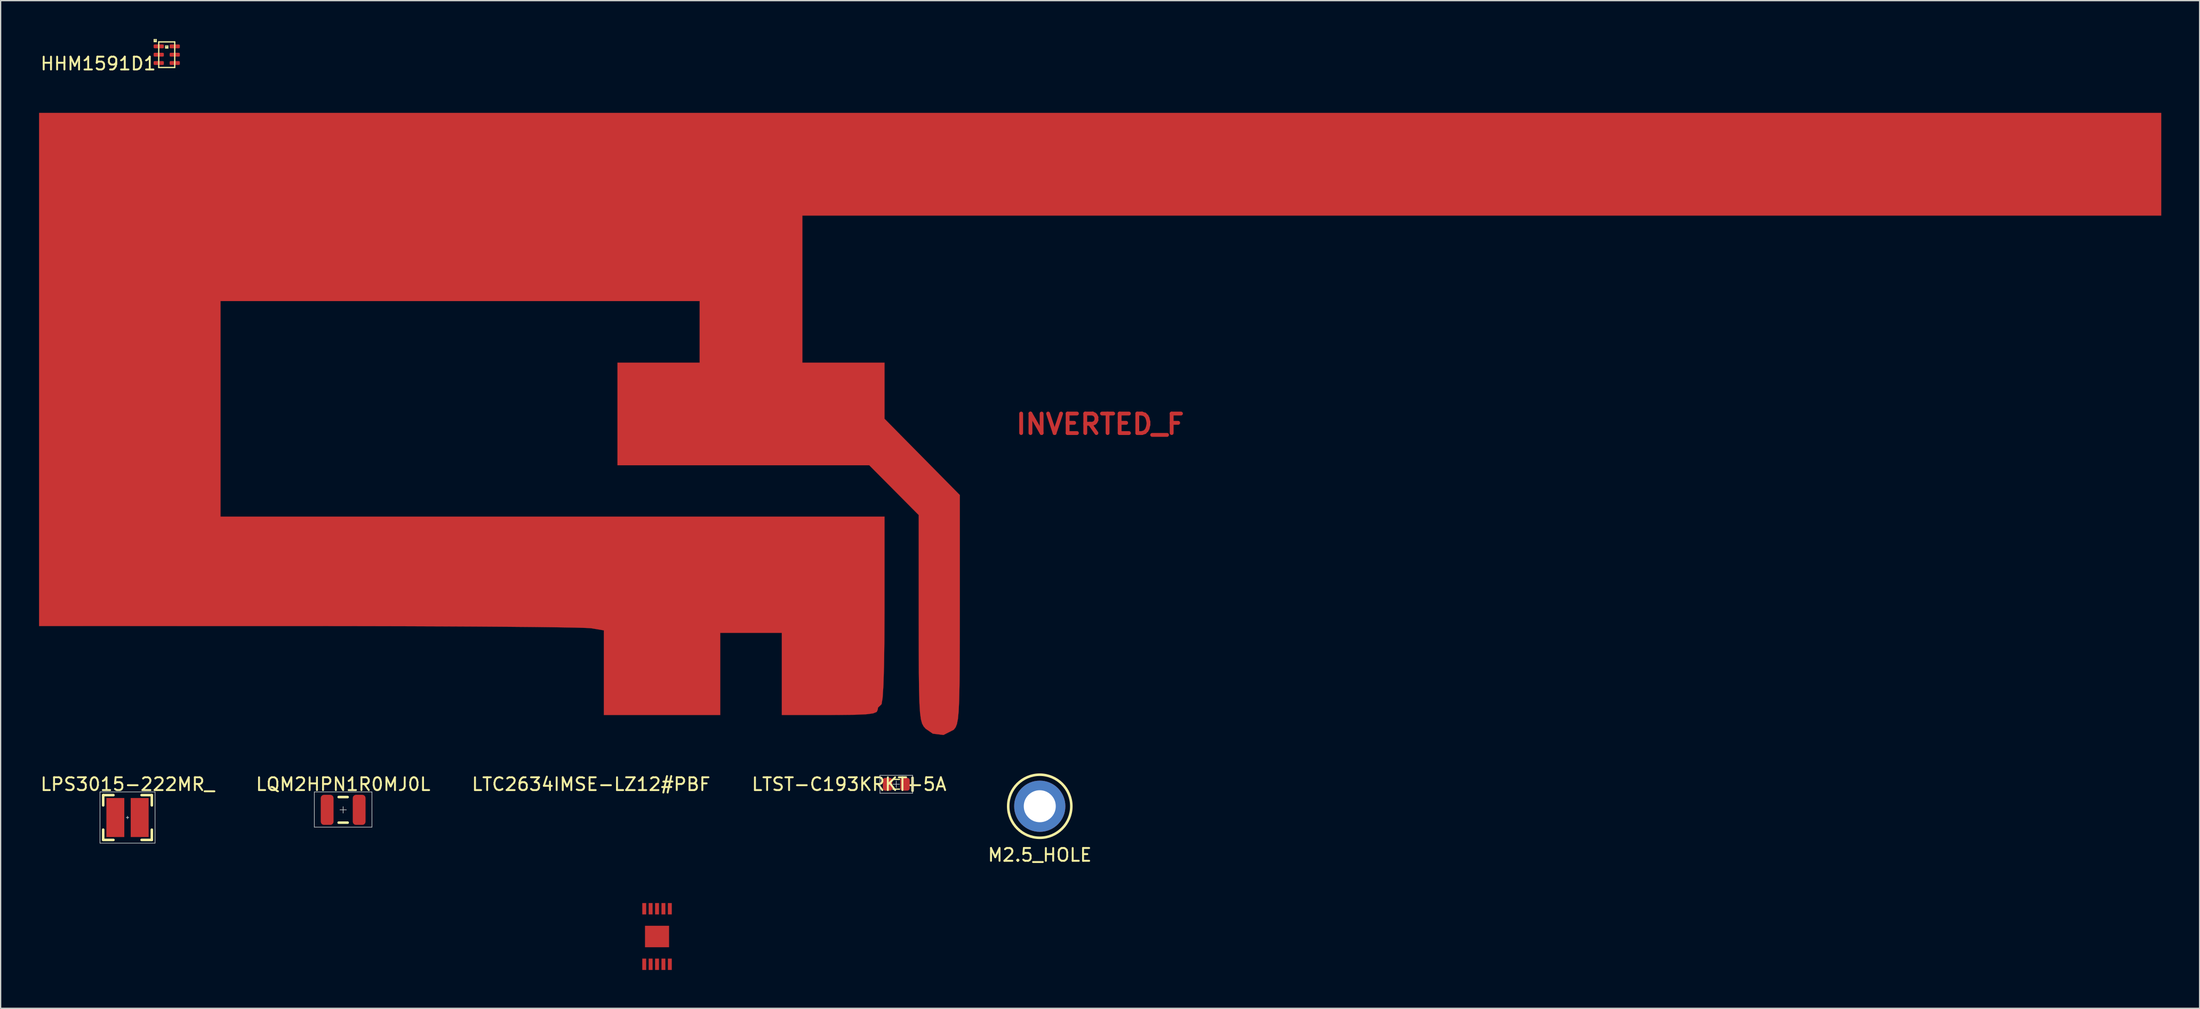
<source format=kicad_pcb>
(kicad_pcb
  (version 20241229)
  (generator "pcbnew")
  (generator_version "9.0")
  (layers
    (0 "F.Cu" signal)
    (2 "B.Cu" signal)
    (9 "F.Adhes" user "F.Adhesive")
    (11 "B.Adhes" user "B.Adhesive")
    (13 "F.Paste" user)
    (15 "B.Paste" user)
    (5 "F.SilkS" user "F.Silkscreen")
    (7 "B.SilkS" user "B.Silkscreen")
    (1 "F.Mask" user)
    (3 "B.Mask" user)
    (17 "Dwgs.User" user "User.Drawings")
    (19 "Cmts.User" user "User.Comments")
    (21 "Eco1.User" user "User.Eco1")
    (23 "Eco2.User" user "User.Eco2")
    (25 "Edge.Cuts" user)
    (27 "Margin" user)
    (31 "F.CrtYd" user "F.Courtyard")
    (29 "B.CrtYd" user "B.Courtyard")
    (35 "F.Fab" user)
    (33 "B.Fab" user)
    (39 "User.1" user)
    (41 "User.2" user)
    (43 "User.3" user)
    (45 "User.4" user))
  (footprint "LTC2634IMSE-LZ12#PBF"
    (layer "F.Cu")
    (at 48.275 70.15)
    (property "Reference" "LTC2634IMSE-LZ12#PBF" (at -5.15 -11.9 0) (layer "F.SilkS") (effects (font (size 1 1) (thickness 0.15))))
    (attr through_hole)
    (pad "1" smd rect (at -1 2.17) (size 0.305 0.889) (layers "F.Cu" "F.Mask" "F.Paste"))
    (pad "2" smd rect (at -0.5 2.17) (size 0.305 0.889) (layers "F.Cu" "F.Mask" "F.Paste"))
    (pad "3" smd rect (at 0 2.17) (size 0.305 0.889) (layers "F.Cu" "F.Mask" "F.Paste"))
    (pad "4" smd rect (at 0.5 2.17) (size 0.305 0.889) (layers "F.Cu" "F.Mask" "F.Paste"))
    (pad "5" smd rect (at 1 2.17) (size 0.305 0.889) (layers "F.Cu" "F.Mask" "F.Paste"))
    (pad "6" smd rect (at 1 -2.17) (size 0.305 0.889) (layers "F.Cu" "F.Mask" "F.Paste"))
    (pad "7" smd rect (at 0.5 -2.17) (size 0.305 0.889) (layers "F.Cu" "F.Mask" "F.Paste"))
    (pad "8" smd rect (at 0 -2.17) (size 0.305 0.889) (layers "F.Cu" "F.Mask" "F.Paste"))
    (pad "9" smd rect (at -0.5 -2.17) (size 0.305 0.889) (layers "F.Cu" "F.Mask" "F.Paste"))
    (pad "10" smd rect (at -1 -2.17) (size 0.305 0.889) (layers "F.Cu" "F.Mask" "F.Paste"))
    (pad "11" smd rect (at 0 0) (size 1.88 1.68) (layers "F.Cu" "F.Mask" "F.Paste")))
  (footprint "INVERTED_F"
    (layer "F.Cu")
    (at 82.889 30.109)
    (property "Reference" "INVERTED_F" (at 0 0 0) (layer "F.Cu") (effects (font (size 1.524 1.524) (thickness 0.3))))
    (attr through_hole)
    (fp_poly (pts (xy 82.884 -16.309) (xy -23.261 -16.309) (xy -23.261 -4.813) (xy -16.844 -4.813) (xy -16.844 -0.429) (xy -13.903 2.552) (xy -10.962 5.533) (xy -10.962 14.489) (xy -10.964 16.924) (xy -10.971 18.88) (xy -10.986 20.413) (xy -11.012 21.579) (xy -11.052 22.433) (xy -11.109 23.031) (xy -11.186 23.429) (xy -11.285 23.683) (xy -11.41 23.849) (xy -11.451 23.888) (xy -12.237 24.288) (xy -13.068 24.188) (xy -13.636 23.796) (xy -13.788 23.622) (xy -13.908 23.397) (xy -14 23.062) (xy -14.067 22.557) (xy -14.114 21.821) (xy -14.144 20.796) (xy -14.161 19.42) (xy -14.169 17.634) (xy -14.171 15.378) (xy -14.171 15.179) (xy -14.171 7.098) (xy -16.102 5.153) (xy -18.034 3.208) (xy -37.699 3.208) (xy -37.699 -4.813) (xy -31.282 -4.813) (xy -31.282 -9.625) (xy -68.714 -9.625) (xy -68.714 7.219) (xy -16.844 7.219) (xy -16.844 14.572) (xy -16.854 16.964) (xy -16.882 18.91) (xy -16.928 20.391) (xy -16.992 21.386) (xy -17.072 21.874) (xy -17.112 21.924) (xy -17.349 22.141) (xy -17.379 22.325) (xy -17.454 22.487) (xy -17.73 22.6) (xy -18.283 22.672) (xy -19.191 22.711) (xy -20.529 22.725) (xy -21.122 22.726) (xy -24.865 22.726) (xy -24.865 16.309) (xy -29.678 16.309) (xy -29.678 22.726) (xy -38.768 22.726) (xy -38.768 16.112) (xy -39.771 15.946) (xy -40.193 15.92) (xy -41.106 15.895) (xy -42.468 15.872) (xy -44.236 15.85) (xy -46.367 15.831) (xy -48.818 15.814) (xy -51.547 15.8) (xy -54.509 15.789) (xy -57.663 15.782) (xy -60.965 15.778) (xy -61.829 15.778) (xy -82.884 15.775) (xy -82.884 -24.331) (xy 82.884 -24.331) (xy 82.884 -16.309)) (stroke (width 0.01) (type solid)) (fill yes) (layer "F.Cu")))
  (footprint "LQM2HPN1R0MJ0L"
    (layer "F.Cu")
    (at 23.756 60.25)
    (property "Reference" "LQM2HPN1R0MJ0L" (at 0 -2 0) (layer "F.SilkS") (effects (font (size 1 1) (thickness 0.15))))
    (attr through_hole)
    (fp_line (start 0.35 -1) (end -0.35 -1) (stroke (width 0.2) (type solid)) (layer "F.SilkS"))
    (fp_line (start 0.35 1) (end -0.35 1) (stroke (width 0.2) (type solid)) (layer "F.SilkS"))
    (fp_line (start -2.25 -1.4) (end -2.25 1.35) (stroke (width 0.05) (type solid)) (layer "Dwgs.User"))
    (fp_line (start -2.25 -1.4) (end 2.25 -1.4) (stroke (width 0.05) (type solid)) (layer "Dwgs.User"))
    (fp_line (start -2.25 1.35) (end 2.25 1.35) (stroke (width 0.05) (type solid)) (layer "Dwgs.User"))
    (fp_line (start -0.25 0) (end 0.25 0) (stroke (width 0.05) (type solid)) (layer "Dwgs.User"))
    (fp_line (start 0 -0.25) (end 0 0.25) (stroke (width 0.05) (type solid)) (layer "Dwgs.User"))
    (fp_line (start 2.25 -1.4) (end 2.25 1.35) (stroke (width 0.05) (type solid)) (layer "Dwgs.User"))
    (fp_line (start -1.25 -1) (end 1.25 -1) (stroke (width 0.1) (type solid)) (layer "Eco1.User"))
    (fp_line (start -1.25 1) (end -1.25 -1) (stroke (width 0.1) (type solid)) (layer "Eco1.User"))
    (fp_line (start -1.25 1) (end 1.25 1) (stroke (width 0.1) (type solid)) (layer "Eco1.User"))
    (fp_line (start 1.25 1) (end 1.25 -1) (stroke (width 0.1) (type solid)) (layer "Eco1.User"))
    (pad "1" smd roundrect (at -1.25 0 180) (size 1 2.35) (layers "F.Cu" "F.Mask" "F.Paste") (roundrect_rratio 0.25))
    (pad "2" smd roundrect (at 1.25 0 180) (size 1 2.35) (layers "F.Cu" "F.Mask" "F.Paste") (roundrect_rratio 0.25)))
  (footprint "LTST-C193KRKT-5A"
    (layer "F.Cu")
    (at 66.963 58.25)
    (property "Reference" "LTST-C193KRKT-5A" (at -3.683 0 0) (layer "F.SilkS") (effects (font (size 1 1) (thickness 0.15))))
    (attr through_hole)
    (fp_line (start -0.254 -0.381) (end 0.254 -0.381) (stroke (width 0.1) (type solid)) (layer "F.SilkS"))
    (fp_line (start 0.254 0.381) (end -0.254 0.381) (stroke (width 0.1) (type solid)) (layer "F.SilkS"))
    (fp_line (start 1.27 -0.508) (end 1.27 0.508) (stroke (width 0.2) (type solid)) (layer "F.SilkS"))
    (fp_line (start -1.275 -0.7) (end 1.275 -0.7) (stroke (width 0.05) (type solid)) (layer "Dwgs.User"))
    (fp_line (start -1.275 0.7) (end -1.275 -0.7) (stroke (width 0.05) (type solid)) (layer "Dwgs.User"))
    (fp_line (start 0 -0.254) (end 0 0.254) (stroke (width 0.05) (type solid)) (layer "Dwgs.User"))
    (fp_line (start 0.254 0) (end -0.254 0) (stroke (width 0.05) (type solid)) (layer "Dwgs.User"))
    (fp_line (start 1.275 -0.7) (end 1.275 0.7) (stroke (width 0.05) (type solid)) (layer "Dwgs.User"))
    (fp_line (start 1.275 0.7) (end -1.275 0.7) (stroke (width 0.05) (type solid)) (layer "Dwgs.User"))
    (fp_line (start -0.8 -0.381) (end -0.8 0.381) (stroke (width 0.05) (type solid)) (layer "Eco1.User"))
    (fp_line (start -0.8 0.381) (end 0.8 0.381) (stroke (width 0.05) (type solid)) (layer "Eco1.User"))
    (fp_line (start 0.8 -0.381) (end -0.8 -0.381) (stroke (width 0.05) (type solid)) (layer "Eco1.User"))
    (fp_line (start 0.8 0.381) (end 0.8 -0.381) (stroke (width 0.05) (type solid)) (layer "Eco1.User"))
    (pad "1" smd roundrect (at -0.68 0) (size 0.74 1) (layers "F.Cu" "F.Mask" "F.Paste") (roundrect_rratio 0.25))
    (pad "2" smd roundrect (at 0.68 0) (size 0.74 1) (layers "F.Cu" "F.Mask" "F.Paste") (roundrect_rratio 0.25)))
  (footprint "M2.5_HOLE"
    (layer "F.Cu")
    (at 78.173 59.968)
    (property "Reference" "M2.5_HOLE" (at 0 3.81 0) (layer "F.SilkS") (effects (font (size 1 1) (thickness 0.15))))
    (attr through_hole)
    (fp_circle (center 0 0) (end 2.032 1.397) (stroke (width 0.2) (type solid)) (fill no) (layer "F.SilkS"))
    (pad "1" thru_hole circle (at 0 0) (size 4 4) (drill 2.5) (layers "*.Cu" "*.Mask")))
  (footprint "LPS3015-222MR_"
    (layer "F.Cu")
    (at 6.911 60.85)
    (property "Reference" "LPS3015-222MR_" (at 0 -2.6 0) (layer "F.SilkS") (effects (font (size 1 1) (thickness 0.15))))
    (attr through_hole)
    (fp_line (start -1.9 -0.95) (end -1.9 -1.75) (stroke (width 0.2) (type solid)) (layer "F.SilkS"))
    (fp_line (start -1.9 0.95) (end -1.9 1.75) (stroke (width 0.2) (type solid)) (layer "F.SilkS"))
    (fp_line (start -1.1 -1.75) (end -1.9 -1.75) (stroke (width 0.2) (type solid)) (layer "F.SilkS"))
    (fp_line (start -1.1 1.75) (end -1.9 1.75) (stroke (width 0.2) (type solid)) (layer "F.SilkS"))
    (fp_line (start 1.1 -1.75) (end 1.9 -1.75) (stroke (width 0.2) (type solid)) (layer "F.SilkS"))
    (fp_line (start 1.1 1.75) (end 1.9 1.75) (stroke (width 0.2) (type solid)) (layer "F.SilkS"))
    (fp_line (start 1.9 -0.95) (end 1.9 -1.75) (stroke (width 0.2) (type solid)) (layer "F.SilkS"))
    (fp_line (start 1.9 0.95) (end 1.9 1.75) (stroke (width 0.2) (type solid)) (layer "F.SilkS"))
    (fp_line (start -2.15 -2) (end 2.15 -2) (stroke (width 0.05) (type solid)) (layer "Dwgs.User"))
    (fp_line (start -2.15 2) (end -2.15 -2) (stroke (width 0.05) (type solid)) (layer "Dwgs.User"))
    (fp_line (start -0.1 0) (end 0.1 0) (stroke (width 0.05) (type solid)) (layer "Dwgs.User"))
    (fp_line (start 0 -0.1) (end 0 0.1) (stroke (width 0.05) (type solid)) (layer "Dwgs.User"))
    (fp_line (start 2.15 -2) (end 2.15 2) (stroke (width 0.05) (type solid)) (layer "Dwgs.User"))
    (fp_line (start 2.15 2) (end -2.15 2) (stroke (width 0.05) (type solid)) (layer "Dwgs.User"))
    (pad "1" smd rect (at -0.95 0 180) (size 1.4 3.05) (layers "F.Cu" "F.Mask" "F.Paste"))
    (pad "2" smd rect (at 0.95 0 180) (size 1.4 3.05) (layers "F.Cu" "F.Mask" "F.Paste")))
  (footprint "HHM1591D1"
    (layer "F.Cu")
    (at 9.975 1.225)
    (property "Reference" "HHM1591D1" (at -5.35 0.7 0) (layer "F.SilkS") (effects (font (size 1 1) (thickness 0.15))))
    (attr through_hole)
    (fp_line (start -1 -1.2) (end -1 -1) (stroke (width 0.05) (type solid)) (layer "F.SilkS"))
    (fp_line (start -1 -1.2) (end -0.8 -1.2) (stroke (width 0.05) (type solid)) (layer "F.SilkS"))
    (fp_line (start -1 -1.15) (end -0.8 -1.15) (stroke (width 0.05) (type solid)) (layer "F.SilkS"))
    (fp_line (start -1 -1.1) (end -0.8 -1.1) (stroke (width 0.05) (type solid)) (layer "F.SilkS"))
    (fp_line (start -1 -1.05) (end -0.8 -1.05) (stroke (width 0.05) (type solid)) (layer "F.SilkS"))
    (fp_line (start -1 -1) (end -0.8 -1) (stroke (width 0.05) (type solid)) (layer "F.SilkS"))
    (fp_line (start -0.8 -1.2) (end -0.8 -1) (stroke (width 0.05) (type solid)) (layer "F.SilkS"))
    (fp_line (start -0.625 -1) (end -0.625 1) (stroke (width 0.1) (type solid)) (layer "F.SilkS"))
    (fp_line (start -0.625 -1) (end 0.625 -1) (stroke (width 0.1) (type solid)) (layer "F.SilkS"))
    (fp_line (start -0.625 1) (end 0.625 1) (stroke (width 0.1) (type solid)) (layer "F.SilkS"))
    (fp_line (start -0.1 -0.7) (end -0.1 -0.5) (stroke (width 0.05) (type solid)) (layer "F.SilkS"))
    (fp_line (start -0.1 -0.7) (end 0.1 -0.7) (stroke (width 0.05) (type solid)) (layer "F.SilkS"))
    (fp_line (start -0.1 -0.65) (end 0.1 -0.65) (stroke (width 0.05) (type solid)) (layer "F.SilkS"))
    (fp_line (start -0.1 -0.6) (end 0.1 -0.6) (stroke (width 0.05) (type solid)) (layer "F.SilkS"))
    (fp_line (start -0.1 -0.55) (end 0.1 -0.55) (stroke (width 0.05) (type solid)) (layer "F.SilkS"))
    (fp_line (start -0.1 -0.5) (end 0.1 -0.5) (stroke (width 0.05) (type solid)) (layer "F.SilkS"))
    (fp_line (start 0.1 -0.7) (end 0.1 -0.5) (stroke (width 0.05) (type solid)) (layer "F.SilkS"))
    (fp_line (start 0.625 -1) (end 0.625 1) (stroke (width 0.1) (type solid)) (layer "F.SilkS"))
    (pad "1" smd roundrect (at -0.625 -0.65 90) (size 0.3 0.8) (layers "F.Cu" "F.Mask" "F.Paste") (roundrect_rratio 0.25))
    (pad "2" smd roundrect (at -0.625 0 90) (size 0.3 0.8) (layers "F.Cu" "F.Mask" "F.Paste") (roundrect_rratio 0.25))
    (pad "3" smd roundrect (at -0.625 0.65 90) (size 0.3 0.8) (layers "F.Cu" "F.Mask" "F.Paste") (roundrect_rratio 0.25))
    (pad "4" smd roundrect (at 0.625 0.65 90) (size 0.3 0.8) (layers "F.Cu" "F.Mask" "F.Paste") (roundrect_rratio 0.25))
    (pad "5" smd roundrect (at 0.625 0 90) (size 0.3 0.8) (layers "F.Cu" "F.Mask" "F.Paste") (roundrect_rratio 0.25))
    (pad "6" smd roundrect (at 0.625 -0.65 90) (size 0.3 0.8) (layers "F.Cu" "F.Mask" "F.Paste") (roundrect_rratio 0.25)))
  (gr_rect
    (start -3 -3)
    (end 168.778 75.764)
    (stroke (width 0.1) (type default))
    (fill no)
    (layer "Edge.Cuts")))
</source>
